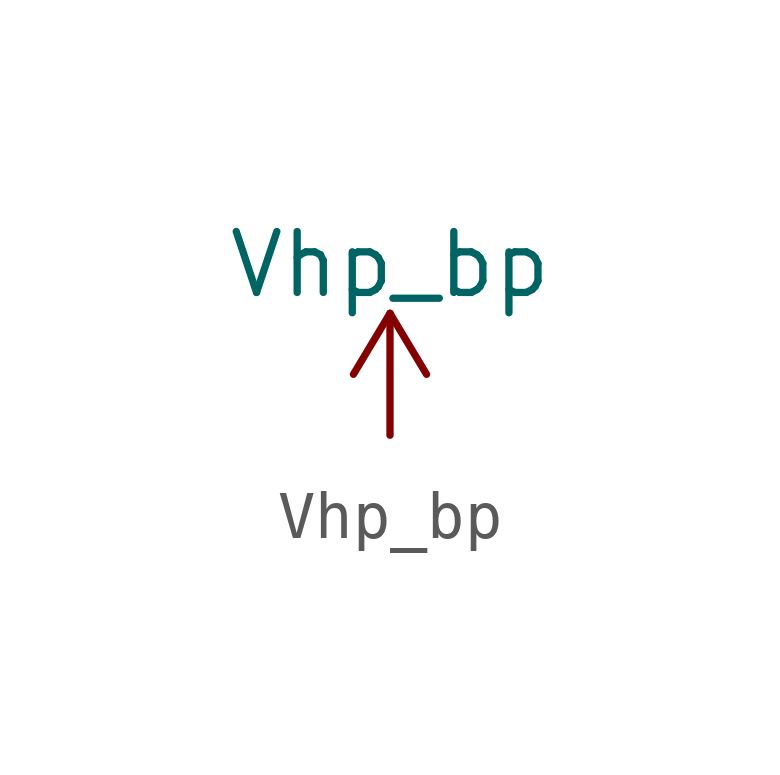
<source format=kicad_sym>
(kicad_symbol_lib
  (version 20211014)
  (generator kicad_symbol_editor)
  (symbol "Vhp_bp"
    (power)
    (pin_names
      (offset 0))
    (property "Reference" "#PWR"
      (at 0 -3.81 0)
      (effects (font (size 1.27 1.27)) hide))
    (property "Value" "Vhp_bp"
      (at 0 3.556 0)
      (effects (font (size 1.27 1.27))))
    (symbol "Vhp_bp_0_1"
      (polyline (pts (xy -0.762 1.27) (xy 0 2.54)) (stroke (width 0) (type default) (color 0 0 0 0)) (fill (type none)))
      (polyline (pts (xy 0 0) (xy 0 2.54)) (stroke (width 0) (type default) (color 0 0 0 0)) (fill (type none)))
      (polyline (pts (xy 0 2.54) (xy 0.762 1.27)) (stroke (width 0) (type default) (color 0 0 0 0)) (fill (type none))))
    (symbol "Vhp_bp_1_1"
      (pin power_in line (at 0 0 90) (length 0) hide (name "+1V8" (effects (font (size 1.27 1.27)))) (number "1" (effects (font (size 1.27 1.27))))))))
</source>
